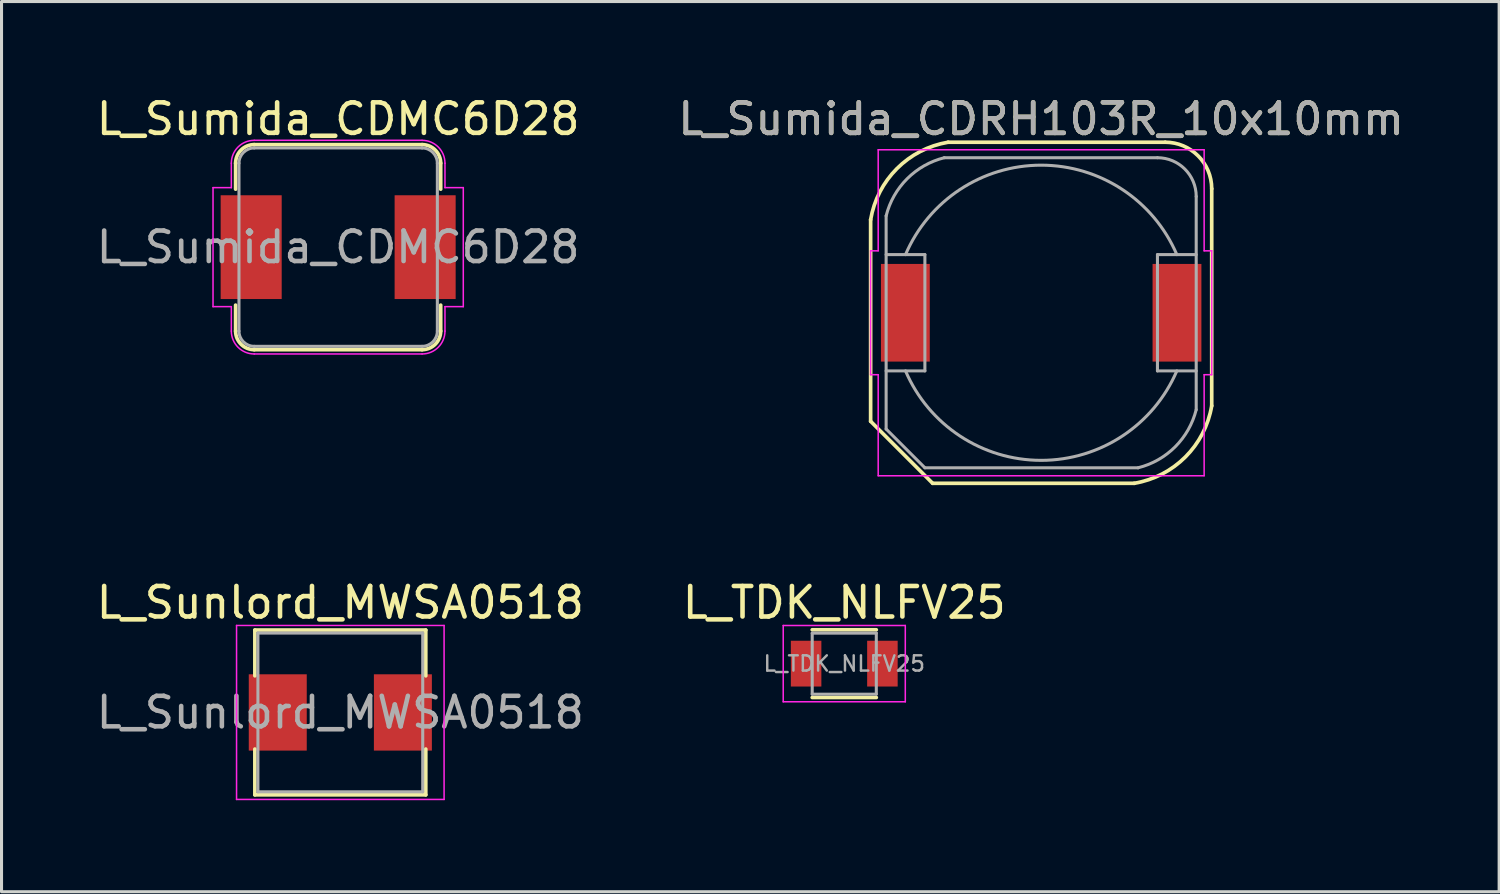
<source format=kicad_pcb>
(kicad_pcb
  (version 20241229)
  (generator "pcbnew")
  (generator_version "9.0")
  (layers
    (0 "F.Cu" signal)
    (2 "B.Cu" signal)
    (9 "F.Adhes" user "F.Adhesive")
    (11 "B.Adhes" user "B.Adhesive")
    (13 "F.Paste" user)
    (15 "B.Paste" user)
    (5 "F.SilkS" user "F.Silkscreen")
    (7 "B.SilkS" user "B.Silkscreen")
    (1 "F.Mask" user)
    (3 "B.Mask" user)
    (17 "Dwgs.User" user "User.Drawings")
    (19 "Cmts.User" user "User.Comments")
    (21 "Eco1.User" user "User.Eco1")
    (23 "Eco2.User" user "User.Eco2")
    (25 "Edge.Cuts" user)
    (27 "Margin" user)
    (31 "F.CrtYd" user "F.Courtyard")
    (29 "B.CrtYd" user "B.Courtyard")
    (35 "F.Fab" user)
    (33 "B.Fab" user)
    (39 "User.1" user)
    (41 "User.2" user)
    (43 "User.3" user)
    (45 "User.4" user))
  (footprint "L_Sunlord_MWSA0518"
    (layer "F.Cu")
    (at 8.101 20.294)
    (property "Reference" "L_Sunlord_MWSA0518" (at 0 -3.6 0) (layer "F.SilkS") (effects (font (size 1 1) (thickness 0.15))))
    (attr smd)
    (fp_line (start -2.8 -2.7) (end -2.8 -1.2) (stroke (width 0.12) (type solid)) (layer "F.SilkS"))
    (fp_line (start -2.8 -2.7) (end 2.8 -2.7) (stroke (width 0.12) (type solid)) (layer "F.SilkS"))
    (fp_line (start -2.8 2.7) (end -2.8 1.2) (stroke (width 0.12) (type solid)) (layer "F.SilkS"))
    (fp_line (start -2.8 2.7) (end 2.8 2.7) (stroke (width 0.12) (type solid)) (layer "F.SilkS"))
    (fp_line (start 2.8 -2.7) (end 2.8 -1.2) (stroke (width 0.12) (type solid)) (layer "F.SilkS"))
    (fp_line (start 2.8 2.7) (end 2.8 1.2) (stroke (width 0.12) (type solid)) (layer "F.SilkS"))
    (fp_line (start -3.4 -2.85) (end 3.4 -2.85) (stroke (width 0.05) (type solid)) (layer "F.CrtYd"))
    (fp_line (start -3.4 2.85) (end -3.4 -2.85) (stroke (width 0.05) (type solid)) (layer "F.CrtYd"))
    (fp_line (start 3.4 -2.85) (end 3.4 2.85) (stroke (width 0.05) (type solid)) (layer "F.CrtYd"))
    (fp_line (start 3.4 2.85) (end -3.4 2.85) (stroke (width 0.05) (type solid)) (layer "F.CrtYd"))
    (fp_line (start -2.7 -2.6) (end 2.7 -2.6) (stroke (width 0.1) (type solid)) (layer "F.Fab"))
    (fp_line (start -2.7 2.6) (end -2.7 -2.6) (stroke (width 0.1) (type solid)) (layer "F.Fab"))
    (fp_line (start 2.7 -2.6) (end 2.7 2.6) (stroke (width 0.1) (type solid)) (layer "F.Fab"))
    (fp_line (start 2.7 2.6) (end -2.7 2.6) (stroke (width 0.1) (type solid)) (layer "F.Fab"))
    (fp_text user "${REFERENCE}" (at 0 0 0) (layer "F.Fab") (effects (font (size 1 1) (thickness 0.15))))
    (pad "1" smd rect (at -2.05 0) (size 1.9 2.5) (layers "F.Cu" "F.Mask" "F.Paste"))
    (pad "2" smd rect (at 2.05 0) (size 1.9 2.5) (layers "F.Cu" "F.Mask" "F.Paste")))
  (footprint "L_Sumida_CDMC6D28"
    (layer "F.Cu")
    (at 8.03 5.048)
    (property "Reference" "L_Sumida_CDMC6D28" (at 0 -4.2 0) (layer "F.SilkS") (effects (font (size 1 1) (thickness 0.15))))
    (attr smd)
    (fp_line (start -3.36 -1.9) (end -3.36 -2.75) (stroke (width 0.12) (type solid)) (layer "F.SilkS"))
    (fp_line (start -3.36 2.75) (end -3.36 1.9) (stroke (width 0.12) (type solid)) (layer "F.SilkS"))
    (fp_line (start -2.75 -3.36) (end 2.75 -3.36) (stroke (width 0.12) (type solid)) (layer "F.SilkS"))
    (fp_line (start 2.75 3.36) (end -2.75 3.36) (stroke (width 0.12) (type solid)) (layer "F.SilkS"))
    (fp_line (start 3.36 -2.75) (end 3.36 -1.9) (stroke (width 0.12) (type solid)) (layer "F.SilkS"))
    (fp_line (start 3.36 1.9) (end 3.36 2.75) (stroke (width 0.12) (type solid)) (layer "F.SilkS"))
    (fp_arc (start -3.36 -2.75) (mid -3.181335 -3.181335) (end -2.75 -3.36) (stroke (width 0.12) (type solid)) (layer "F.SilkS"))
    (fp_arc (start -2.75 3.36) (mid -3.181335 3.181335) (end -3.36 2.75) (stroke (width 0.12) (type solid)) (layer "F.SilkS"))
    (fp_arc (start 2.75 -3.36) (mid 3.181335 -3.181335) (end 3.36 -2.75) (stroke (width 0.12) (type solid)) (layer "F.SilkS"))
    (fp_arc (start 3.36 2.75) (mid 3.181335 3.181335) (end 2.75 3.36) (stroke (width 0.12) (type solid)) (layer "F.SilkS"))
    (fp_line (start -4.1 -1.95) (end -3.5 -1.95) (stroke (width 0.05) (type solid)) (layer "F.CrtYd"))
    (fp_line (start -4.1 1.95) (end -4.1 -1.95) (stroke (width 0.05) (type solid)) (layer "F.CrtYd"))
    (fp_line (start -3.5 -1.95) (end -3.5 -2.75) (stroke (width 0.05) (type solid)) (layer "F.CrtYd"))
    (fp_line (start -3.5 1.95) (end -4.1 1.95) (stroke (width 0.05) (type solid)) (layer "F.CrtYd"))
    (fp_line (start -3.5 2.75) (end -3.5 1.95) (stroke (width 0.05) (type solid)) (layer "F.CrtYd"))
    (fp_line (start -2.75 -3.5) (end 2.75 -3.5) (stroke (width 0.05) (type solid)) (layer "F.CrtYd"))
    (fp_line (start 2.75 3.5) (end -2.75 3.5) (stroke (width 0.05) (type solid)) (layer "F.CrtYd"))
    (fp_line (start 3.5 -2.75) (end 3.5 -1.95) (stroke (width 0.05) (type solid)) (layer "F.CrtYd"))
    (fp_line (start 3.5 -1.95) (end 4.1 -1.95) (stroke (width 0.05) (type solid)) (layer "F.CrtYd"))
    (fp_line (start 3.5 1.95) (end 3.5 2.75) (stroke (width 0.05) (type solid)) (layer "F.CrtYd"))
    (fp_line (start 4.1 -1.95) (end 4.1 1.95) (stroke (width 0.05) (type solid)) (layer "F.CrtYd"))
    (fp_line (start 4.1 1.95) (end 3.5 1.95) (stroke (width 0.05) (type solid)) (layer "F.CrtYd"))
    (fp_arc (start -3.5 -2.75) (mid -3.28033 -3.28033) (end -2.75 -3.5) (stroke (width 0.05) (type solid)) (layer "F.CrtYd"))
    (fp_arc (start -2.75 3.5) (mid -3.28033 3.28033) (end -3.5 2.75) (stroke (width 0.05) (type solid)) (layer "F.CrtYd"))
    (fp_arc (start 2.75 -3.5) (mid 3.28033 -3.28033) (end 3.5 -2.75) (stroke (width 0.05) (type solid)) (layer "F.CrtYd"))
    (fp_arc (start 3.5 2.75) (mid 3.28033 3.28033) (end 2.75 3.5) (stroke (width 0.05) (type solid)) (layer "F.CrtYd"))
    (fp_line (start -3.25 2.75) (end -3.25 -2.75) (stroke (width 0.1) (type solid)) (layer "F.Fab"))
    (fp_line (start -2.75 -3.25) (end 2.75 -3.25) (stroke (width 0.1) (type solid)) (layer "F.Fab"))
    (fp_line (start 2.75 3.25) (end -2.75 3.25) (stroke (width 0.1) (type solid)) (layer "F.Fab"))
    (fp_line (start 3.25 -2.75) (end 3.25 2.75) (stroke (width 0.1) (type solid)) (layer "F.Fab"))
    (fp_arc (start -3.25 -2.75) (mid -3.103553 -3.103553) (end -2.75 -3.25) (stroke (width 0.1) (type solid)) (layer "F.Fab"))
    (fp_arc (start -2.75 3.25) (mid -3.103553 3.103553) (end -3.25 2.75) (stroke (width 0.1) (type solid)) (layer "F.Fab"))
    (fp_arc (start 2.75 -3.25) (mid 3.103553 -3.103553) (end 3.25 -2.75) (stroke (width 0.1) (type solid)) (layer "F.Fab"))
    (fp_arc (start 3.25 2.75) (mid 3.103553 3.103553) (end 2.75 3.25) (stroke (width 0.1) (type solid)) (layer "F.Fab"))
    (fp_text user "${REFERENCE}" (at 0 0 0) (layer "F.Fab") (effects (font (size 1 1) (thickness 0.15))))
    (pad "1" smd rect (at -2.85 0) (size 2 3.4) (layers "F.Cu" "F.Mask" "F.Paste"))
    (pad "2" smd rect (at 2.85 0) (size 2 3.4) (layers "F.Cu" "F.Mask" "F.Paste")))
  (footprint "L_Sumida_CDRH103R_10x10mm"
    (layer "F.Cu")
    (at 31.065 7.198)
    (property "Reference" "L_Sumida_CDRH103R_10x10mm" (at 0 -6.35 0) (layer "F.SilkS") (effects (font (size 1 1) (thickness 0.15))))
    (attr smd)
    (fp_line (start -5.588 3.556) (end -5.588 -3.048) (stroke (width 0.12) (type solid)) (layer "F.SilkS"))
    (fp_line (start -5.588 3.556) (end -3.556 5.588) (stroke (width 0.12) (type solid)) (layer "F.SilkS"))
    (fp_line (start -3.556 5.588) (end 3.048 5.588) (stroke (width 0.12) (type solid)) (layer "F.SilkS"))
    (fp_line (start -3.048 -5.588) (end 4.064 -5.588) (stroke (width 0.12) (type solid)) (layer "F.SilkS"))
    (fp_line (start 5.588 -4.064) (end 5.588 3.048) (stroke (width 0.12) (type solid)) (layer "F.SilkS"))
    (fp_arc (start -5.587999 -3.048001) (mid -4.724989 -4.724991) (end -3.047999 -5.587999) (stroke (width 0.12) (type solid)) (layer "F.SilkS"))
    (fp_arc (start 4.064 -5.588) (mid 5.141631 -5.141631) (end 5.588 -4.064) (stroke (width 0.12) (type solid)) (layer "F.SilkS"))
    (fp_arc (start 5.587999 3.048001) (mid 4.724989 4.724991) (end 3.047999 5.587999) (stroke (width 0.12) (type solid)) (layer "F.SilkS"))
    (fp_line (start -5.59 -2.03) (end -5.34 -2.03) (stroke (width 0.05) (type solid)) (layer "F.CrtYd"))
    (fp_line (start -5.59 2.03) (end -5.59 -2.03) (stroke (width 0.05) (type solid)) (layer "F.CrtYd"))
    (fp_line (start -5.34 -5.34) (end 5.34 -5.34) (stroke (width 0.05) (type solid)) (layer "F.CrtYd"))
    (fp_line (start -5.34 -2.03) (end -5.34 -5.34) (stroke (width 0.05) (type solid)) (layer "F.CrtYd"))
    (fp_line (start -5.34 2.03) (end -5.59 2.03) (stroke (width 0.05) (type solid)) (layer "F.CrtYd"))
    (fp_line (start -5.34 5.34) (end -5.34 2.03) (stroke (width 0.05) (type solid)) (layer "F.CrtYd"))
    (fp_line (start 5.34 -5.34) (end 5.34 -2.03) (stroke (width 0.05) (type solid)) (layer "F.CrtYd"))
    (fp_line (start 5.34 -2.03) (end 5.59 -2.03) (stroke (width 0.05) (type solid)) (layer "F.CrtYd"))
    (fp_line (start 5.34 2.03) (end 5.34 5.34) (stroke (width 0.05) (type solid)) (layer "F.CrtYd"))
    (fp_line (start 5.34 5.34) (end -5.34 5.34) (stroke (width 0.05) (type solid)) (layer "F.CrtYd"))
    (fp_line (start 5.59 -2.03) (end 5.59 2.03) (stroke (width 0.05) (type solid)) (layer "F.CrtYd"))
    (fp_line (start 5.59 2.03) (end 5.34 2.03) (stroke (width 0.05) (type solid)) (layer "F.CrtYd"))
    (fp_line (start -5.08 -1.905) (end -3.81 -1.905) (stroke (width 0.1) (type solid)) (layer "F.Fab"))
    (fp_line (start -5.08 3.81) (end -5.08 -3.175) (stroke (width 0.1) (type solid)) (layer "F.Fab"))
    (fp_line (start -3.81 -1.905) (end -3.81 1.905) (stroke (width 0.1) (type solid)) (layer "F.Fab"))
    (fp_line (start -3.81 1.905) (end -5.08 1.905) (stroke (width 0.1) (type solid)) (layer "F.Fab"))
    (fp_line (start -3.81 5.08) (end -5.08 3.81) (stroke (width 0.1) (type solid)) (layer "F.Fab"))
    (fp_line (start -3.175 -5.08) (end 3.81 -5.08) (stroke (width 0.1) (type solid)) (layer "F.Fab"))
    (fp_line (start 3.175 5.08) (end -3.81 5.08) (stroke (width 0.1) (type solid)) (layer "F.Fab"))
    (fp_line (start 3.81 -1.905) (end 3.81 1.905) (stroke (width 0.1) (type solid)) (layer "F.Fab"))
    (fp_line (start 3.81 1.905) (end 5.08 1.905) (stroke (width 0.1) (type solid)) (layer "F.Fab"))
    (fp_line (start 5.08 -3.81) (end 5.08 3.175) (stroke (width 0.1) (type solid)) (layer "F.Fab"))
    (fp_line (start 5.08 -1.905) (end 3.81 -1.905) (stroke (width 0.1) (type solid)) (layer "F.Fab"))
    (fp_arc (start -5.079693 -3.17622) (mid -4.390881 -4.391771) (end -3.174999 -5.079999) (stroke (width 0.1) (type solid)) (layer "F.Fab"))
    (fp_arc (start -4.444905 -1.905219) (mid 0.00012 -4.836015) (end 4.444999 -1.904999) (stroke (width 0.1) (type solid)) (layer "F.Fab"))
    (fp_arc (start 3.81 -5.08) (mid 4.708026 -4.708026) (end 5.08 -3.81) (stroke (width 0.1) (type solid)) (layer "F.Fab"))
    (fp_arc (start 4.444905 1.905219) (mid -0.00012 4.836015) (end -4.444999 1.904999) (stroke (width 0.1) (type solid)) (layer "F.Fab"))
    (fp_arc (start 5.079693 3.17622) (mid 4.390881 4.391771) (end 3.174999 5.079999) (stroke (width 0.1) (type solid)) (layer "F.Fab"))
    (fp_text user "${REFERENCE}" (at 0 -6.35 0) (layer "F.Fab") (effects (font (size 1 1) (thickness 0.15))))
    (pad "1" smd rect (at -4.45 0) (size 1.6 3.2) (layers "F.Cu" "F.Mask" "F.Paste"))
    (pad "2" smd rect (at 4.45 0) (size 1.6 3.2) (layers "F.Cu" "F.Mask" "F.Paste")))
  (footprint "L_TDK_NLFV25"
    (layer "F.Cu")
    (at 24.613 18.695)
    (property "Reference" "L_TDK_NLFV25" (at 0 -2 0) (layer "F.SilkS") (effects (font (size 1 1) (thickness 0.15))))
    (attr smd)
    (fp_line (start -1.05 -1.11) (end 1.05 -1.11) (stroke (width 0.12) (type solid)) (layer "F.SilkS"))
    (fp_line (start 1.05 1.11) (end -1.05 1.11) (stroke (width 0.12) (type solid)) (layer "F.SilkS"))
    (fp_line (start -2 -1.25) (end 2 -1.25) (stroke (width 0.05) (type solid)) (layer "F.CrtYd"))
    (fp_line (start -2 1.25) (end -2 -1.25) (stroke (width 0.05) (type solid)) (layer "F.CrtYd"))
    (fp_line (start 2 -1.25) (end 2 1.25) (stroke (width 0.05) (type solid)) (layer "F.CrtYd"))
    (fp_line (start 2 1.25) (end -2 1.25) (stroke (width 0.05) (type solid)) (layer "F.CrtYd"))
    (fp_line (start -1.05 -1) (end 1.05 -1) (stroke (width 0.1) (type solid)) (layer "F.Fab"))
    (fp_line (start -1.05 1) (end -1.05 -1) (stroke (width 0.1) (type solid)) (layer "F.Fab"))
    (fp_line (start 1.05 -1) (end 1.05 1) (stroke (width 0.1) (type solid)) (layer "F.Fab"))
    (fp_line (start 1.05 1) (end -1.05 1) (stroke (width 0.1) (type solid)) (layer "F.Fab"))
    (fp_text user "${REFERENCE}" (at 0 0 0) (layer "F.Fab") (effects (font (size 0.5 0.5) (thickness 0.08))))
    (pad "1" smd rect (at -1.25 0) (size 1 1.5) (layers "F.Cu" "F.Mask" "F.Paste"))
    (pad "2" smd rect (at 1.25 0) (size 1 1.5) (layers "F.Cu" "F.Mask" "F.Paste")))
  (gr_rect
    (start -3 -3)
    (end 46.071 26.169)
    (stroke (width 0.1) (type default))
    (fill no)
    (layer "Edge.Cuts")))
</source>
